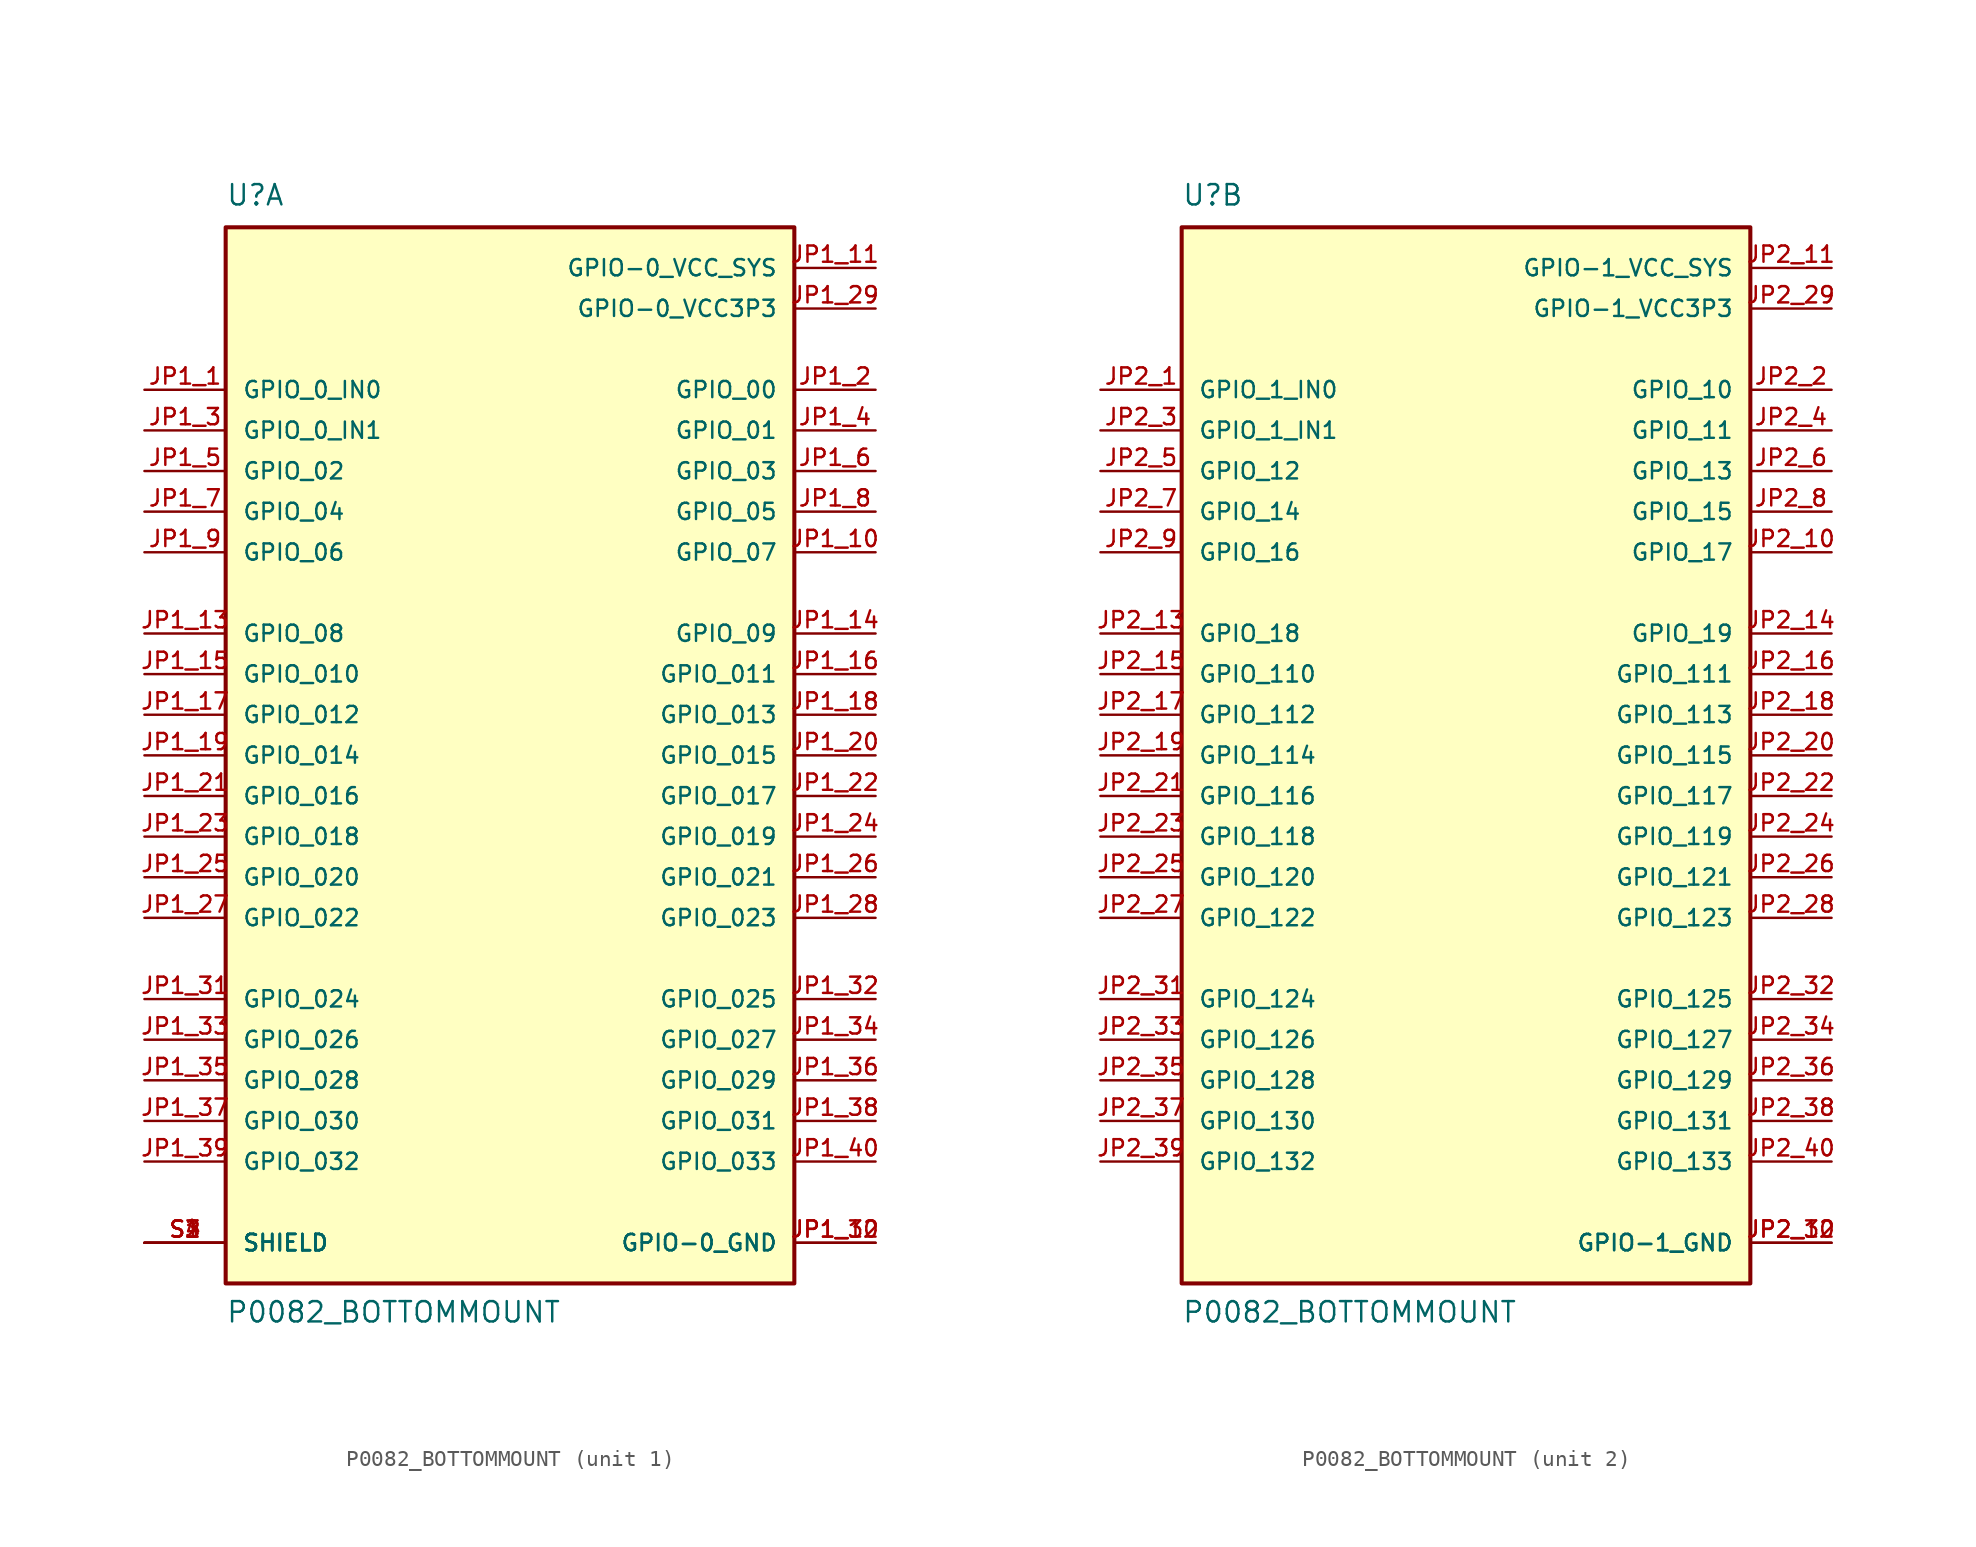
<source format=kicad_sym>
(kicad_symbol_lib
  (version 20211014)
  (generator kicad_symbol_editor)
  (symbol "P0082_BOTTOMMOUNT"
    (pin_names
      (offset 1.016))
    (property "Reference" "U"
      (at -17.78 34.29 0)
      (effects (font (size 1.27 1.27)) (justify bottom left)))
    (property "Value" "P0082_BOTTOMMOUNT"
      (at -17.78 -35.56 0)
      (effects (font (size 1.27 1.27)) (justify bottom left)))
    (symbol "P0082_BOTTOMMOUNT_1_0"
      (rectangle (start -17.78 -33.02) (end 17.78 33.02) (stroke (width 0.254)) (fill (type background)))
      (pin bidirectional line (at -22.86 22.86 0) (length 5.08) (name "GPIO_0_IN0" (effects (font (size 1.016 1.016)))) (number "JP1_1" (effects (font (size 1.016 1.016)))))
      (pin bidirectional line (at 22.86 22.86 180.0) (length 5.08) (name "GPIO_00" (effects (font (size 1.016 1.016)))) (number "JP1_2" (effects (font (size 1.016 1.016)))))
      (pin bidirectional line (at -22.86 20.32 0) (length 5.08) (name "GPIO_0_IN1" (effects (font (size 1.016 1.016)))) (number "JP1_3" (effects (font (size 1.016 1.016)))))
      (pin bidirectional line (at 22.86 20.32 180.0) (length 5.08) (name "GPIO_01" (effects (font (size 1.016 1.016)))) (number "JP1_4" (effects (font (size 1.016 1.016)))))
      (pin bidirectional line (at -22.86 17.78 0) (length 5.08) (name "GPIO_02" (effects (font (size 1.016 1.016)))) (number "JP1_5" (effects (font (size 1.016 1.016)))))
      (pin bidirectional line (at 22.86 17.78 180.0) (length 5.08) (name "GPIO_03" (effects (font (size 1.016 1.016)))) (number "JP1_6" (effects (font (size 1.016 1.016)))))
      (pin bidirectional line (at -22.86 15.24 0) (length 5.08) (name "GPIO_04" (effects (font (size 1.016 1.016)))) (number "JP1_7" (effects (font (size 1.016 1.016)))))
      (pin bidirectional line (at 22.86 15.24 180.0) (length 5.08) (name "GPIO_05" (effects (font (size 1.016 1.016)))) (number "JP1_8" (effects (font (size 1.016 1.016)))))
      (pin bidirectional line (at -22.86 12.7 0) (length 5.08) (name "GPIO_06" (effects (font (size 1.016 1.016)))) (number "JP1_9" (effects (font (size 1.016 1.016)))))
      (pin bidirectional line (at 22.86 12.7 180.0) (length 5.08) (name "GPIO_07" (effects (font (size 1.016 1.016)))) (number "JP1_10" (effects (font (size 1.016 1.016)))))
      (pin bidirectional line (at -22.86 7.62 0) (length 5.08) (name "GPIO_08" (effects (font (size 1.016 1.016)))) (number "JP1_13" (effects (font (size 1.016 1.016)))))
      (pin bidirectional line (at 22.86 7.62 180.0) (length 5.08) (name "GPIO_09" (effects (font (size 1.016 1.016)))) (number "JP1_14" (effects (font (size 1.016 1.016)))))
      (pin bidirectional line (at -22.86 5.08 0) (length 5.08) (name "GPIO_010" (effects (font (size 1.016 1.016)))) (number "JP1_15" (effects (font (size 1.016 1.016)))))
      (pin power_in line (at 22.86 30.48 180.0) (length 5.08) (name "GPIO-0_VCC_SYS" (effects (font (size 1.016 1.016)))) (number "JP1_11" (effects (font (size 1.016 1.016)))))
      (pin power_in line (at 22.86 27.94 180.0) (length 5.08) (name "GPIO-0_VCC3P3" (effects (font (size 1.016 1.016)))) (number "JP1_29" (effects (font (size 1.016 1.016)))))
      (pin power_in line (at 22.86 -30.48 180.0) (length 5.08) (name "GPIO-0_GND" (effects (font (size 1.016 1.016)))) (number "JP1_12" (effects (font (size 1.016 1.016)))))
      (pin power_in line (at 22.86 -30.48 180.0) (length 5.08) (name "GPIO-0_GND" (effects (font (size 1.016 1.016)))) (number "JP1_30" (effects (font (size 1.016 1.016)))))
      (pin bidirectional line (at 22.86 5.08 180.0) (length 5.08) (name "GPIO_011" (effects (font (size 1.016 1.016)))) (number "JP1_16" (effects (font (size 1.016 1.016)))))
      (pin bidirectional line (at -22.86 2.54 0) (length 5.08) (name "GPIO_012" (effects (font (size 1.016 1.016)))) (number "JP1_17" (effects (font (size 1.016 1.016)))))
      (pin bidirectional line (at 22.86 2.54 180.0) (length 5.08) (name "GPIO_013" (effects (font (size 1.016 1.016)))) (number "JP1_18" (effects (font (size 1.016 1.016)))))
      (pin bidirectional line (at -22.86 0.0 0) (length 5.08) (name "GPIO_014" (effects (font (size 1.016 1.016)))) (number "JP1_19" (effects (font (size 1.016 1.016)))))
      (pin bidirectional line (at 22.86 0.0 180.0) (length 5.08) (name "GPIO_015" (effects (font (size 1.016 1.016)))) (number "JP1_20" (effects (font (size 1.016 1.016)))))
      (pin bidirectional line (at -22.86 -2.54 0) (length 5.08) (name "GPIO_016" (effects (font (size 1.016 1.016)))) (number "JP1_21" (effects (font (size 1.016 1.016)))))
      (pin bidirectional line (at 22.86 -2.54 180.0) (length 5.08) (name "GPIO_017" (effects (font (size 1.016 1.016)))) (number "JP1_22" (effects (font (size 1.016 1.016)))))
      (pin bidirectional line (at -22.86 -5.08 0) (length 5.08) (name "GPIO_018" (effects (font (size 1.016 1.016)))) (number "JP1_23" (effects (font (size 1.016 1.016)))))
      (pin bidirectional line (at 22.86 -5.08 180.0) (length 5.08) (name "GPIO_019" (effects (font (size 1.016 1.016)))) (number "JP1_24" (effects (font (size 1.016 1.016)))))
      (pin bidirectional line (at -22.86 -7.62 0) (length 5.08) (name "GPIO_020" (effects (font (size 1.016 1.016)))) (number "JP1_25" (effects (font (size 1.016 1.016)))))
      (pin bidirectional line (at 22.86 -7.62 180.0) (length 5.08) (name "GPIO_021" (effects (font (size 1.016 1.016)))) (number "JP1_26" (effects (font (size 1.016 1.016)))))
      (pin bidirectional line (at -22.86 -10.16 0) (length 5.08) (name "GPIO_022" (effects (font (size 1.016 1.016)))) (number "JP1_27" (effects (font (size 1.016 1.016)))))
      (pin bidirectional line (at 22.86 -10.16 180.0) (length 5.08) (name "GPIO_023" (effects (font (size 1.016 1.016)))) (number "JP1_28" (effects (font (size 1.016 1.016)))))
      (pin bidirectional line (at -22.86 -15.24 0) (length 5.08) (name "GPIO_024" (effects (font (size 1.016 1.016)))) (number "JP1_31" (effects (font (size 1.016 1.016)))))
      (pin bidirectional line (at 22.86 -15.24 180.0) (length 5.08) (name "GPIO_025" (effects (font (size 1.016 1.016)))) (number "JP1_32" (effects (font (size 1.016 1.016)))))
      (pin bidirectional line (at -22.86 -17.78 0) (length 5.08) (name "GPIO_026" (effects (font (size 1.016 1.016)))) (number "JP1_33" (effects (font (size 1.016 1.016)))))
      (pin bidirectional line (at 22.86 -17.78 180.0) (length 5.08) (name "GPIO_027" (effects (font (size 1.016 1.016)))) (number "JP1_34" (effects (font (size 1.016 1.016)))))
      (pin bidirectional line (at -22.86 -20.32 0) (length 5.08) (name "GPIO_028" (effects (font (size 1.016 1.016)))) (number "JP1_35" (effects (font (size 1.016 1.016)))))
      (pin bidirectional line (at 22.86 -20.32 180.0) (length 5.08) (name "GPIO_029" (effects (font (size 1.016 1.016)))) (number "JP1_36" (effects (font (size 1.016 1.016)))))
      (pin bidirectional line (at -22.86 -22.86 0) (length 5.08) (name "GPIO_030" (effects (font (size 1.016 1.016)))) (number "JP1_37" (effects (font (size 1.016 1.016)))))
      (pin bidirectional line (at 22.86 -22.86 180.0) (length 5.08) (name "GPIO_031" (effects (font (size 1.016 1.016)))) (number "JP1_38" (effects (font (size 1.016 1.016)))))
      (pin bidirectional line (at -22.86 -25.4 0) (length 5.08) (name "GPIO_032" (effects (font (size 1.016 1.016)))) (number "JP1_39" (effects (font (size 1.016 1.016)))))
      (pin bidirectional line (at 22.86 -25.4 180.0) (length 5.08) (name "GPIO_033" (effects (font (size 1.016 1.016)))) (number "JP1_40" (effects (font (size 1.016 1.016)))))
      (pin passive line (at -22.86 -30.48 0) (length 5.08) (name "SHIELD" (effects (font (size 1.016 1.016)))) (number "S1" (effects (font (size 1.016 1.016)))))
      (pin passive line (at -22.86 -30.48 0) (length 5.08) (name "SHIELD" (effects (font (size 1.016 1.016)))) (number "S2" (effects (font (size 1.016 1.016)))))
      (pin passive line (at -22.86 -30.48 0) (length 5.08) (name "SHIELD" (effects (font (size 1.016 1.016)))) (number "S3" (effects (font (size 1.016 1.016)))))
      (pin passive line (at -22.86 -30.48 0) (length 5.08) (name "SHIELD" (effects (font (size 1.016 1.016)))) (number "S4" (effects (font (size 1.016 1.016))))))
    (symbol "P0082_BOTTOMMOUNT_2_0"
      (rectangle (start -17.78 -33.02) (end 17.78 33.02) (stroke (width 0.254)) (fill (type background)))
      (pin bidirectional line (at -22.86 22.86 0) (length 5.08) (name "GPIO_1_IN0" (effects (font (size 1.016 1.016)))) (number "JP2_1" (effects (font (size 1.016 1.016)))))
      (pin bidirectional line (at 22.86 22.86 180.0) (length 5.08) (name "GPIO_10" (effects (font (size 1.016 1.016)))) (number "JP2_2" (effects (font (size 1.016 1.016)))))
      (pin bidirectional line (at -22.86 20.32 0) (length 5.08) (name "GPIO_1_IN1" (effects (font (size 1.016 1.016)))) (number "JP2_3" (effects (font (size 1.016 1.016)))))
      (pin power_in line (at 22.86 30.48 180.0) (length 5.08) (name "GPIO-1_VCC_SYS" (effects (font (size 1.016 1.016)))) (number "JP2_11" (effects (font (size 1.016 1.016)))))
      (pin power_in line (at 22.86 27.94 180.0) (length 5.08) (name "GPIO-1_VCC3P3" (effects (font (size 1.016 1.016)))) (number "JP2_29" (effects (font (size 1.016 1.016)))))
      (pin power_in line (at 22.86 -30.48 180.0) (length 5.08) (name "GPIO-1_GND" (effects (font (size 1.016 1.016)))) (number "JP2_12" (effects (font (size 1.016 1.016)))))
      (pin power_in line (at 22.86 -30.48 180.0) (length 5.08) (name "GPIO-1_GND" (effects (font (size 1.016 1.016)))) (number "JP2_30" (effects (font (size 1.016 1.016)))))
      (pin bidirectional line (at 22.86 20.32 180.0) (length 5.08) (name "GPIO_11" (effects (font (size 1.016 1.016)))) (number "JP2_4" (effects (font (size 1.016 1.016)))))
      (pin bidirectional line (at -22.86 17.78 0) (length 5.08) (name "GPIO_12" (effects (font (size 1.016 1.016)))) (number "JP2_5" (effects (font (size 1.016 1.016)))))
      (pin bidirectional line (at 22.86 17.78 180.0) (length 5.08) (name "GPIO_13" (effects (font (size 1.016 1.016)))) (number "JP2_6" (effects (font (size 1.016 1.016)))))
      (pin bidirectional line (at -22.86 15.24 0) (length 5.08) (name "GPIO_14" (effects (font (size 1.016 1.016)))) (number "JP2_7" (effects (font (size 1.016 1.016)))))
      (pin bidirectional line (at 22.86 15.24 180.0) (length 5.08) (name "GPIO_15" (effects (font (size 1.016 1.016)))) (number "JP2_8" (effects (font (size 1.016 1.016)))))
      (pin bidirectional line (at -22.86 12.7 0) (length 5.08) (name "GPIO_16" (effects (font (size 1.016 1.016)))) (number "JP2_9" (effects (font (size 1.016 1.016)))))
      (pin bidirectional line (at 22.86 12.7 180.0) (length 5.08) (name "GPIO_17" (effects (font (size 1.016 1.016)))) (number "JP2_10" (effects (font (size 1.016 1.016)))))
      (pin bidirectional line (at -22.86 7.62 0) (length 5.08) (name "GPIO_18" (effects (font (size 1.016 1.016)))) (number "JP2_13" (effects (font (size 1.016 1.016)))))
      (pin bidirectional line (at 22.86 7.62 180.0) (length 5.08) (name "GPIO_19" (effects (font (size 1.016 1.016)))) (number "JP2_14" (effects (font (size 1.016 1.016)))))
      (pin bidirectional line (at -22.86 5.08 0) (length 5.08) (name "GPIO_110" (effects (font (size 1.016 1.016)))) (number "JP2_15" (effects (font (size 1.016 1.016)))))
      (pin bidirectional line (at 22.86 5.08 180.0) (length 5.08) (name "GPIO_111" (effects (font (size 1.016 1.016)))) (number "JP2_16" (effects (font (size 1.016 1.016)))))
      (pin bidirectional line (at -22.86 2.54 0) (length 5.08) (name "GPIO_112" (effects (font (size 1.016 1.016)))) (number "JP2_17" (effects (font (size 1.016 1.016)))))
      (pin bidirectional line (at 22.86 2.54 180.0) (length 5.08) (name "GPIO_113" (effects (font (size 1.016 1.016)))) (number "JP2_18" (effects (font (size 1.016 1.016)))))
      (pin bidirectional line (at -22.86 0.0 0) (length 5.08) (name "GPIO_114" (effects (font (size 1.016 1.016)))) (number "JP2_19" (effects (font (size 1.016 1.016)))))
      (pin bidirectional line (at 22.86 0.0 180.0) (length 5.08) (name "GPIO_115" (effects (font (size 1.016 1.016)))) (number "JP2_20" (effects (font (size 1.016 1.016)))))
      (pin bidirectional line (at -22.86 -2.54 0) (length 5.08) (name "GPIO_116" (effects (font (size 1.016 1.016)))) (number "JP2_21" (effects (font (size 1.016 1.016)))))
      (pin bidirectional line (at 22.86 -2.54 180.0) (length 5.08) (name "GPIO_117" (effects (font (size 1.016 1.016)))) (number "JP2_22" (effects (font (size 1.016 1.016)))))
      (pin bidirectional line (at -22.86 -5.08 0) (length 5.08) (name "GPIO_118" (effects (font (size 1.016 1.016)))) (number "JP2_23" (effects (font (size 1.016 1.016)))))
      (pin bidirectional line (at 22.86 -5.08 180.0) (length 5.08) (name "GPIO_119" (effects (font (size 1.016 1.016)))) (number "JP2_24" (effects (font (size 1.016 1.016)))))
      (pin bidirectional line (at -22.86 -7.62 0) (length 5.08) (name "GPIO_120" (effects (font (size 1.016 1.016)))) (number "JP2_25" (effects (font (size 1.016 1.016)))))
      (pin bidirectional line (at 22.86 -7.62 180.0) (length 5.08) (name "GPIO_121" (effects (font (size 1.016 1.016)))) (number "JP2_26" (effects (font (size 1.016 1.016)))))
      (pin bidirectional line (at -22.86 -10.16 0) (length 5.08) (name "GPIO_122" (effects (font (size 1.016 1.016)))) (number "JP2_27" (effects (font (size 1.016 1.016)))))
      (pin bidirectional line (at 22.86 -10.16 180.0) (length 5.08) (name "GPIO_123" (effects (font (size 1.016 1.016)))) (number "JP2_28" (effects (font (size 1.016 1.016)))))
      (pin bidirectional line (at -22.86 -15.24 0) (length 5.08) (name "GPIO_124" (effects (font (size 1.016 1.016)))) (number "JP2_31" (effects (font (size 1.016 1.016)))))
      (pin bidirectional line (at 22.86 -15.24 180.0) (length 5.08) (name "GPIO_125" (effects (font (size 1.016 1.016)))) (number "JP2_32" (effects (font (size 1.016 1.016)))))
      (pin bidirectional line (at -22.86 -17.78 0) (length 5.08) (name "GPIO_126" (effects (font (size 1.016 1.016)))) (number "JP2_33" (effects (font (size 1.016 1.016)))))
      (pin bidirectional line (at 22.86 -17.78 180.0) (length 5.08) (name "GPIO_127" (effects (font (size 1.016 1.016)))) (number "JP2_34" (effects (font (size 1.016 1.016)))))
      (pin bidirectional line (at -22.86 -20.32 0) (length 5.08) (name "GPIO_128" (effects (font (size 1.016 1.016)))) (number "JP2_35" (effects (font (size 1.016 1.016)))))
      (pin bidirectional line (at 22.86 -20.32 180.0) (length 5.08) (name "GPIO_129" (effects (font (size 1.016 1.016)))) (number "JP2_36" (effects (font (size 1.016 1.016)))))
      (pin bidirectional line (at -22.86 -22.86 0) (length 5.08) (name "GPIO_130" (effects (font (size 1.016 1.016)))) (number "JP2_37" (effects (font (size 1.016 1.016)))))
      (pin bidirectional line (at 22.86 -22.86 180.0) (length 5.08) (name "GPIO_131" (effects (font (size 1.016 1.016)))) (number "JP2_38" (effects (font (size 1.016 1.016)))))
      (pin bidirectional line (at -22.86 -25.4 0) (length 5.08) (name "GPIO_132" (effects (font (size 1.016 1.016)))) (number "JP2_39" (effects (font (size 1.016 1.016)))))
      (pin bidirectional line (at 22.86 -25.4 180.0) (length 5.08) (name "GPIO_133" (effects (font (size 1.016 1.016)))) (number "JP2_40" (effects (font (size 1.016 1.016))))))))
</source>
